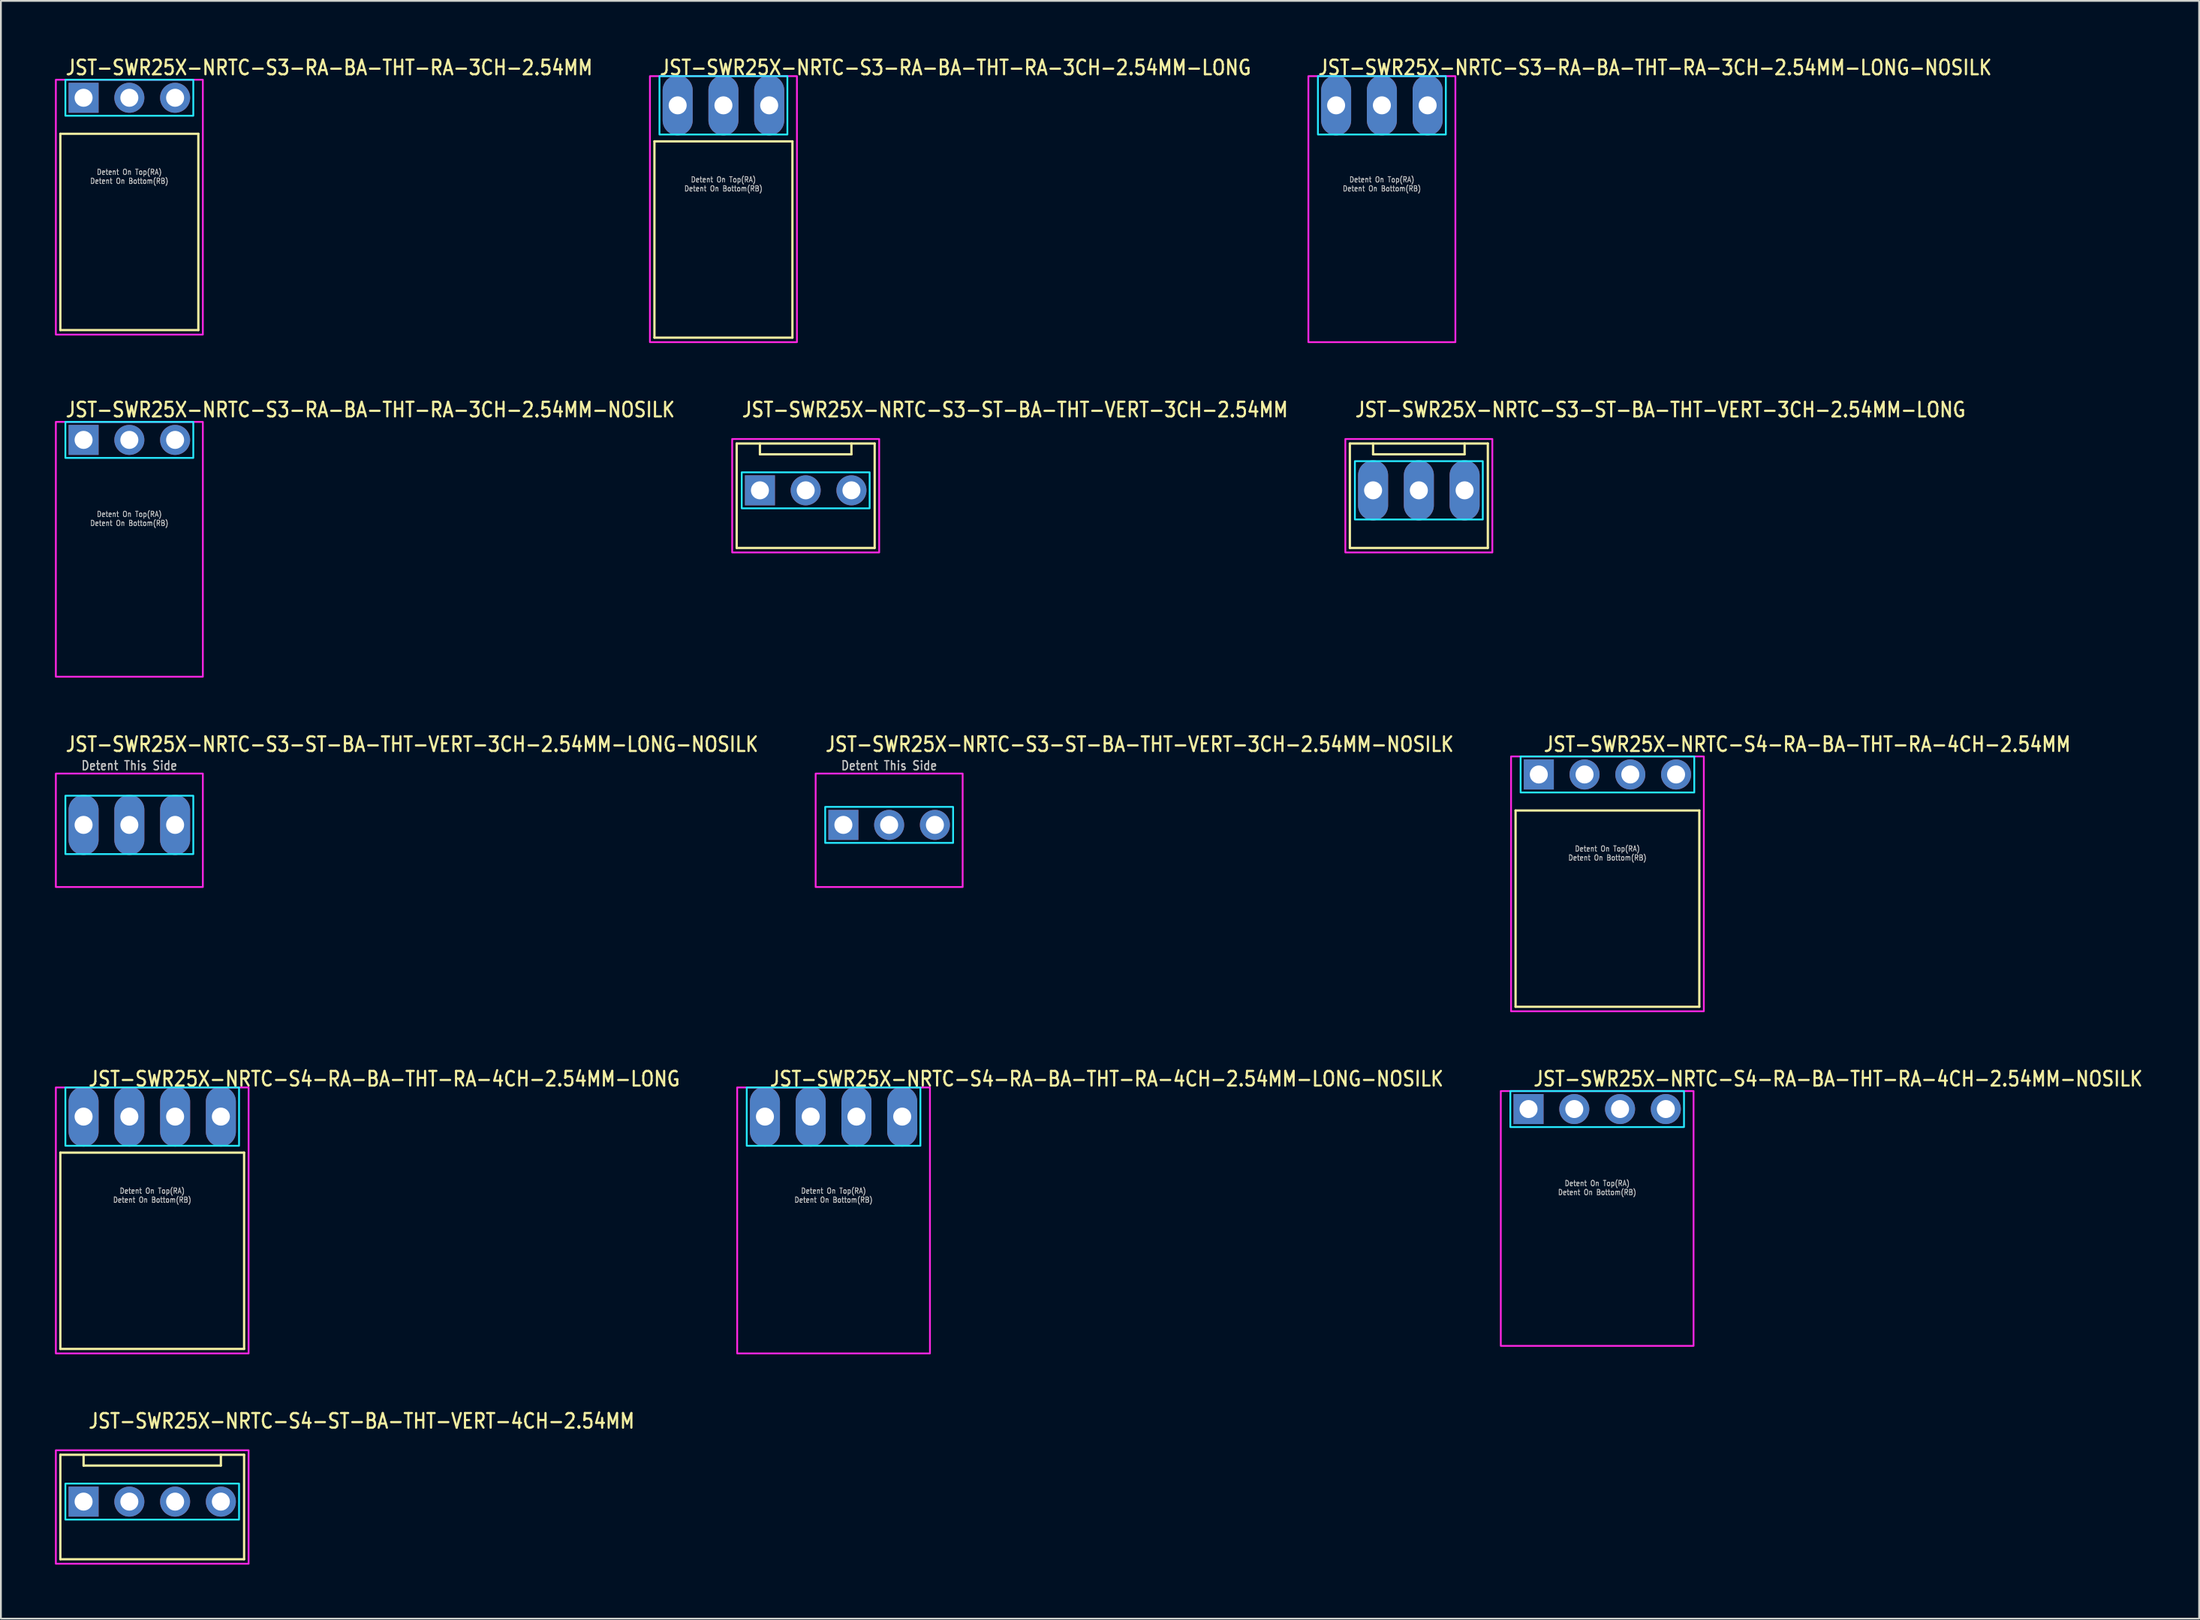
<source format=kicad_pcb>
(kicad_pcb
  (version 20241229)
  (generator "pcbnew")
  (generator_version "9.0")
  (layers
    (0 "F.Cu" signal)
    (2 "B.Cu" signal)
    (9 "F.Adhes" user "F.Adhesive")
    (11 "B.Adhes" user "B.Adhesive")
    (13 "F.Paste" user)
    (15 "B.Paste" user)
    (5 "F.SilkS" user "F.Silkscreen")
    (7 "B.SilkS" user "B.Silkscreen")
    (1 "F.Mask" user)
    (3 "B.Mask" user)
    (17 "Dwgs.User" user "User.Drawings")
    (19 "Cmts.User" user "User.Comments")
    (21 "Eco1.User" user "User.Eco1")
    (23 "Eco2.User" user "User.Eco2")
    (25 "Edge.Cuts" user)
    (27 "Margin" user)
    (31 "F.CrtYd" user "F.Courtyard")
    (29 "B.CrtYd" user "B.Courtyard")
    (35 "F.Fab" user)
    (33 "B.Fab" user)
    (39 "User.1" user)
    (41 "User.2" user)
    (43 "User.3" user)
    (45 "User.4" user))
  (footprint "JST-SWR25X-NRTC-S4-RA-BA-THT-RA-4CH-2.54MM-LONG"
    (layer "F.Cu")
    (at 5.4 58.954)
    (property "Reference" "JST-SWR25X-NRTC-S4-RA-BA-THT-RA-4CH-2.54MM-LONG" (at -3.6 -1.62 0) (unlocked yes) (layer "F.SilkS") (effects (font (size 0.813 0.695) (thickness 0.122)) (justify left bottom)))
    (fp_line (start -5.1 2) (end 5.1 2) (stroke (width 0.127) (type solid)) (layer "F.SilkS"))
    (fp_line (start -5.1 12.9) (end -5.1 2) (stroke (width 0.127) (type solid)) (layer "F.SilkS"))
    (fp_line (start -5.1 12.9) (end 5.1 12.9) (stroke (width 0.127) (type solid)) (layer "F.SilkS"))
    (fp_line (start 5.1 2) (end 5.1 12.9) (stroke (width 0.127) (type solid)) (layer "F.SilkS"))
    (fp_poly (pts (xy -4.82 -1.62) (xy -4.82 1.62) (xy 4.82 1.62) (xy 4.82 -1.62)) (stroke (width 0.1) (type solid)) (fill no) (layer "B.CrtYd"))
    (fp_poly (pts (xy -5.35 -1.62) (xy -5.35 13.15) (xy 5.35 13.15) (xy 5.35 -1.62)) (stroke (width 0.1) (type solid)) (fill no) (layer "F.CrtYd"))
    (fp_text user "Detent On Bottom(RB)" (at 0 4.8 0) (unlocked yes) (layer "Dwgs.User") (effects (font (size 0.3 0.257) (thickness 0.045)) (justify bottom)))
    (fp_text user "Detent On Top(RA)" (at 0 4.3 0) (unlocked yes) (layer "Dwgs.User") (effects (font (size 0.3 0.257) (thickness 0.045)) (justify bottom)))
    (pad "1" thru_hole oval (at -3.81 0 90) (size 3.333 1.667) (drill 1) (layers "*.Cu" "*.Mask"))
    (pad "2" thru_hole oval (at -1.27 0 90) (size 3.333 1.667) (drill 1) (layers "*.Cu" "*.Mask"))
    (pad "3" thru_hole oval (at 1.27 0 90) (size 3.333 1.667) (drill 1) (layers "*.Cu" "*.Mask"))
    (pad "4" thru_hole oval (at 3.81 0 90) (size 3.333 1.667) (drill 1) (layers "*.Cu" "*.Mask")))
  (footprint "JST-SWR25X-NRTC-S4-RA-BA-THT-RA-4CH-2.54MM-LONG-NOSILK"
    (layer "F.Cu")
    (at 43.222 58.954)
    (property "Reference" "JST-SWR25X-NRTC-S4-RA-BA-THT-RA-4CH-2.54MM-LONG-NOSILK" (at -3.6 -1.62 0) (unlocked yes) (layer "F.SilkS") (effects (font (size 0.813 0.695) (thickness 0.122)) (justify left bottom)))
    (fp_poly (pts (xy -4.82 -1.62) (xy -4.82 1.62) (xy 4.82 1.62) (xy 4.82 -1.62)) (stroke (width 0.1) (type solid)) (fill no) (layer "B.CrtYd"))
    (fp_poly (pts (xy -5.35 -1.62) (xy -5.35 13.15) (xy 5.35 13.15) (xy 5.35 -1.62)) (stroke (width 0.1) (type solid)) (fill no) (layer "F.CrtYd"))
    (fp_text user "Detent On Bottom(RB)" (at 0 4.8 0) (unlocked yes) (layer "Dwgs.User") (effects (font (size 0.3 0.257) (thickness 0.045)) (justify bottom)))
    (fp_text user "Detent On Top(RA)" (at 0 4.3 0) (unlocked yes) (layer "Dwgs.User") (effects (font (size 0.3 0.257) (thickness 0.045)) (justify bottom)))
    (pad "1" thru_hole oval (at -3.81 0 90) (size 3.333 1.667) (drill 1) (layers "*.Cu" "*.Mask"))
    (pad "2" thru_hole oval (at -1.27 0 90) (size 3.333 1.667) (drill 1) (layers "*.Cu" "*.Mask"))
    (pad "3" thru_hole oval (at 1.27 0 90) (size 3.333 1.667) (drill 1) (layers "*.Cu" "*.Mask"))
    (pad "4" thru_hole oval (at 3.81 0 90) (size 3.333 1.667) (drill 1) (layers "*.Cu" "*.Mask")))
  (footprint "JST-SWR25X-NRTC-S3-ST-BA-THT-VERT-3CH-2.54MM-LONG"
    (layer "F.Cu")
    (at 75.711 24.177)
    (property "Reference" "JST-SWR25X-NRTC-S3-ST-BA-THT-VERT-3CH-2.54MM-LONG" (at -3.6 -4 0) (unlocked yes) (layer "F.SilkS") (effects (font (size 0.813 0.695) (thickness 0.122)) (justify left bottom)))
    (fp_line (start -3.83 -2.6) (end 3.83 -2.6) (stroke (width 0.127) (type solid)) (layer "F.SilkS"))
    (fp_line (start -3.83 3.2) (end -3.83 -2.6) (stroke (width 0.127) (type solid)) (layer "F.SilkS"))
    (fp_line (start -3.83 3.2) (end 3.83 3.2) (stroke (width 0.127) (type solid)) (layer "F.SilkS"))
    (fp_line (start -2.54 -2.6) (end -2.54 -2) (stroke (width 0.127) (type solid)) (layer "F.SilkS"))
    (fp_line (start -2.54 -2) (end 2.54 -2) (stroke (width 0.127) (type solid)) (layer "F.SilkS"))
    (fp_line (start 2.54 -2.6) (end 2.54 -2) (stroke (width 0.127) (type solid)) (layer "F.SilkS"))
    (fp_line (start 3.83 -2.6) (end 3.83 3.2) (stroke (width 0.127) (type solid)) (layer "F.SilkS"))
    (fp_poly (pts (xy -3.55 -1.62) (xy -3.55 1.62) (xy 3.55 1.62) (xy 3.55 -1.62)) (stroke (width 0.1) (type solid)) (fill no) (layer "B.CrtYd"))
    (fp_poly (pts (xy -4.08 -2.85) (xy -4.08 3.45) (xy 4.08 3.45) (xy 4.08 -2.85)) (stroke (width 0.1) (type solid)) (fill no) (layer "F.CrtYd"))
    (pad "1" thru_hole oval (at -2.54 0 90) (size 3.333 1.667) (drill 1) (layers "*.Cu" "*.Mask"))
    (pad "2" thru_hole oval (at 0 0 90) (size 3.333 1.667) (drill 1) (layers "*.Cu" "*.Mask"))
    (pad "3" thru_hole oval (at 2.54 0 90) (size 3.333 1.667) (drill 1) (layers "*.Cu" "*.Mask")))
  (footprint "JST-SWR25X-NRTC-S4-ST-BA-THT-VERT-4CH-2.54MM"
    (layer "F.Cu")
    (at 5.4 80.333)
    (property "Reference" "JST-SWR25X-NRTC-S4-ST-BA-THT-VERT-4CH-2.54MM" (at -3.6 -4 0) (unlocked yes) (layer "F.SilkS") (effects (font (size 0.813 0.695) (thickness 0.122)) (justify left bottom)))
    (fp_line (start -5.1 -2.6) (end 5.1 -2.6) (stroke (width 0.127) (type solid)) (layer "F.SilkS"))
    (fp_line (start -5.1 3.2) (end -5.1 -2.6) (stroke (width 0.127) (type solid)) (layer "F.SilkS"))
    (fp_line (start -5.1 3.2) (end 5.1 3.2) (stroke (width 0.127) (type solid)) (layer "F.SilkS"))
    (fp_line (start -3.81 -2.6) (end -3.81 -2) (stroke (width 0.127) (type solid)) (layer "F.SilkS"))
    (fp_line (start -3.81 -2) (end 3.81 -2) (stroke (width 0.127) (type solid)) (layer "F.SilkS"))
    (fp_line (start 3.81 -2.6) (end 3.81 -2) (stroke (width 0.127) (type solid)) (layer "F.SilkS"))
    (fp_line (start 5.1 -2.6) (end 5.1 3.2) (stroke (width 0.127) (type solid)) (layer "F.SilkS"))
    (fp_poly (pts (xy -4.82 -1) (xy -4.82 1) (xy 4.82 1) (xy 4.82 -1)) (stroke (width 0.1) (type solid)) (fill no) (layer "B.CrtYd"))
    (fp_poly (pts (xy -5.35 -2.85) (xy -5.35 3.45) (xy 5.35 3.45) (xy 5.35 -2.85)) (stroke (width 0.1) (type solid)) (fill no) (layer "F.CrtYd"))
    (pad "1" thru_hole rect (at -3.81 0) (size 1.667 1.667) (drill 1) (layers "*.Cu" "*.Mask"))
    (pad "2" thru_hole oval (at -1.27 0) (size 1.667 1.667) (drill 1) (layers "*.Cu" "*.Mask"))
    (pad "3" thru_hole oval (at 1.27 0) (size 1.667 1.667) (drill 1) (layers "*.Cu" "*.Mask"))
    (pad "4" thru_hole oval (at 3.81 0) (size 1.667 1.667) (drill 1) (layers "*.Cu" "*.Mask")))
  (footprint "JST-SWR25X-NRTC-S3-RA-BA-THT-RA-3CH-2.54MM-LONG-NOSILK"
    (layer "F.Cu")
    (at 73.659 2.799)
    (property "Reference" "JST-SWR25X-NRTC-S3-RA-BA-THT-RA-3CH-2.54MM-LONG-NOSILK" (at -3.6 -1.62 0) (unlocked yes) (layer "F.SilkS") (effects (font (size 0.813 0.695) (thickness 0.122)) (justify left bottom)))
    (fp_poly (pts (xy -3.55 -1.62) (xy -3.55 1.62) (xy 3.55 1.62) (xy 3.55 -1.62)) (stroke (width 0.1) (type solid)) (fill no) (layer "B.CrtYd"))
    (fp_poly (pts (xy -4.08 -1.62) (xy -4.08 13.15) (xy 4.08 13.15) (xy 4.08 -1.62)) (stroke (width 0.1) (type solid)) (fill no) (layer "F.CrtYd"))
    (fp_text user "Detent On Top(RA)" (at 0 4.3 0) (unlocked yes) (layer "Dwgs.User") (effects (font (size 0.3 0.257) (thickness 0.045)) (justify bottom)))
    (fp_text user "Detent On Bottom(RB)" (at 0 4.8 0) (unlocked yes) (layer "Dwgs.User") (effects (font (size 0.3 0.257) (thickness 0.045)) (justify bottom)))
    (pad "1" thru_hole oval (at -2.54 0 90) (size 3.333 1.667) (drill 1) (layers "*.Cu" "*.Mask"))
    (pad "2" thru_hole oval (at 0 0 90) (size 3.333 1.667) (drill 1) (layers "*.Cu" "*.Mask"))
    (pad "3" thru_hole oval (at 2.54 0 90) (size 3.333 1.667) (drill 1) (layers "*.Cu" "*.Mask")))
  (footprint "JST-SWR25X-NRTC-S3-ST-BA-THT-VERT-3CH-2.54MM"
    (layer "F.Cu")
    (at 41.674 24.177)
    (property "Reference" "JST-SWR25X-NRTC-S3-ST-BA-THT-VERT-3CH-2.54MM" (at -3.6 -4 0) (unlocked yes) (layer "F.SilkS") (effects (font (size 0.813 0.695) (thickness 0.122)) (justify left bottom)))
    (fp_line (start -3.83 -2.6) (end 3.83 -2.6) (stroke (width 0.127) (type solid)) (layer "F.SilkS"))
    (fp_line (start -3.83 3.2) (end -3.83 -2.6) (stroke (width 0.127) (type solid)) (layer "F.SilkS"))
    (fp_line (start -3.83 3.2) (end 3.83 3.2) (stroke (width 0.127) (type solid)) (layer "F.SilkS"))
    (fp_line (start -2.54 -2.6) (end -2.54 -2) (stroke (width 0.127) (type solid)) (layer "F.SilkS"))
    (fp_line (start -2.54 -2) (end 2.54 -2) (stroke (width 0.127) (type solid)) (layer "F.SilkS"))
    (fp_line (start 2.54 -2.6) (end 2.54 -2) (stroke (width 0.127) (type solid)) (layer "F.SilkS"))
    (fp_line (start 3.83 -2.6) (end 3.83 3.2) (stroke (width 0.127) (type solid)) (layer "F.SilkS"))
    (fp_poly (pts (xy -3.55 -1) (xy -3.55 1) (xy 3.55 1) (xy 3.55 -1)) (stroke (width 0.1) (type solid)) (fill no) (layer "B.CrtYd"))
    (fp_poly (pts (xy -4.08 -2.85) (xy -4.08 3.45) (xy 4.08 3.45) (xy 4.08 -2.85)) (stroke (width 0.1) (type solid)) (fill no) (layer "F.CrtYd"))
    (pad "1" thru_hole rect (at -2.54 0) (size 1.667 1.667) (drill 1) (layers "*.Cu" "*.Mask"))
    (pad "2" thru_hole oval (at 0 0) (size 1.667 1.667) (drill 1) (layers "*.Cu" "*.Mask"))
    (pad "3" thru_hole oval (at 2.54 0) (size 1.667 1.667) (drill 1) (layers "*.Cu" "*.Mask")))
  (footprint "JST-SWR25X-NRTC-S4-RA-BA-THT-RA-4CH-2.54MM"
    (layer "F.Cu")
    (at 86.18 39.956)
    (property "Reference" "JST-SWR25X-NRTC-S4-RA-BA-THT-RA-4CH-2.54MM" (at -3.6 -1.2 0) (unlocked yes) (layer "F.SilkS") (effects (font (size 0.813 0.695) (thickness 0.122)) (justify left bottom)))
    (fp_line (start -5.1 2) (end 5.1 2) (stroke (width 0.127) (type solid)) (layer "F.SilkS"))
    (fp_line (start -5.1 12.9) (end -5.1 2) (stroke (width 0.127) (type solid)) (layer "F.SilkS"))
    (fp_line (start -5.1 12.9) (end 5.1 12.9) (stroke (width 0.127) (type solid)) (layer "F.SilkS"))
    (fp_line (start 5.1 2) (end 5.1 12.9) (stroke (width 0.127) (type solid)) (layer "F.SilkS"))
    (fp_poly (pts (xy -4.82 -1) (xy -4.82 1) (xy 4.82 1) (xy 4.82 -1)) (stroke (width 0.1) (type solid)) (fill no) (layer "B.CrtYd"))
    (fp_poly (pts (xy -5.35 -1) (xy -5.35 13.15) (xy 5.35 13.15) (xy 5.35 -1)) (stroke (width 0.1) (type solid)) (fill no) (layer "F.CrtYd"))
    (fp_text user "Detent On Top(RA)" (at 0 4.3 0) (unlocked yes) (layer "Dwgs.User") (effects (font (size 0.3 0.257) (thickness 0.045)) (justify bottom)))
    (fp_text user "Detent On Bottom(RB)" (at 0 4.8 0) (unlocked yes) (layer "Dwgs.User") (effects (font (size 0.3 0.257) (thickness 0.045)) (justify bottom)))
    (pad "1" thru_hole rect (at -3.81 0) (size 1.667 1.667) (drill 1) (layers "*.Cu" "*.Mask"))
    (pad "2" thru_hole oval (at -1.27 0) (size 1.667 1.667) (drill 1) (layers "*.Cu" "*.Mask"))
    (pad "3" thru_hole oval (at 1.27 0) (size 1.667 1.667) (drill 1) (layers "*.Cu" "*.Mask"))
    (pad "4" thru_hole oval (at 3.81 0) (size 1.667 1.667) (drill 1) (layers "*.Cu" "*.Mask")))
  (footprint "JST-SWR25X-NRTC-S3-ST-BA-THT-VERT-3CH-2.54MM-NOSILK"
    (layer "F.Cu")
    (at 46.307 42.756)
    (property "Reference" "JST-SWR25X-NRTC-S3-ST-BA-THT-VERT-3CH-2.54MM-NOSILK" (at -3.6 -4 0) (unlocked yes) (layer "F.SilkS") (effects (font (size 0.813 0.695) (thickness 0.122)) (justify left bottom)))
    (fp_poly (pts (xy -3.55 -1) (xy -3.55 1) (xy 3.55 1) (xy 3.55 -1)) (stroke (width 0.1) (type solid)) (fill no) (layer "B.CrtYd"))
    (fp_poly (pts (xy -4.08 -2.85) (xy -4.08 3.45) (xy 4.08 3.45) (xy 4.08 -2.85)) (stroke (width 0.1) (type solid)) (fill no) (layer "F.CrtYd"))
    (fp_text user "Detent This Side" (at 0 -3 0) (unlocked yes) (layer "Dwgs.User") (effects (font (size 0.5 0.427) (thickness 0.075)) (justify bottom)))
    (pad "1" thru_hole rect (at -2.54 0) (size 1.667 1.667) (drill 1) (layers "*.Cu" "*.Mask"))
    (pad "2" thru_hole oval (at 0 0) (size 1.667 1.667) (drill 1) (layers "*.Cu" "*.Mask"))
    (pad "3" thru_hole oval (at 2.54 0) (size 1.667 1.667) (drill 1) (layers "*.Cu" "*.Mask")))
  (footprint "JST-SWR25X-NRTC-S3-ST-BA-THT-VERT-3CH-2.54MM-LONG-NOSILK"
    (layer "F.Cu")
    (at 4.13 42.756)
    (property "Reference" "JST-SWR25X-NRTC-S3-ST-BA-THT-VERT-3CH-2.54MM-LONG-NOSILK" (at -3.6 -4 0) (unlocked yes) (layer "F.SilkS") (effects (font (size 0.813 0.695) (thickness 0.122)) (justify left bottom)))
    (fp_poly (pts (xy -3.55 -1.62) (xy -3.55 1.62) (xy 3.55 1.62) (xy 3.55 -1.62)) (stroke (width 0.1) (type solid)) (fill no) (layer "B.CrtYd"))
    (fp_poly (pts (xy -4.08 -2.85) (xy -4.08 3.45) (xy 4.08 3.45) (xy 4.08 -2.85)) (stroke (width 0.1) (type solid)) (fill no) (layer "F.CrtYd"))
    (fp_text user "Detent This Side" (at 0 -3 0) (unlocked yes) (layer "Dwgs.User") (effects (font (size 0.5 0.427) (thickness 0.075)) (justify bottom)))
    (pad "1" thru_hole oval (at -2.54 0 90) (size 3.333 1.667) (drill 1) (layers "*.Cu" "*.Mask"))
    (pad "2" thru_hole oval (at 0 0 90) (size 3.333 1.667) (drill 1) (layers "*.Cu" "*.Mask"))
    (pad "3" thru_hole oval (at 2.54 0 90) (size 3.333 1.667) (drill 1) (layers "*.Cu" "*.Mask")))
  (footprint "JST-SWR25X-NRTC-S3-RA-BA-THT-RA-3CH-2.54MM-LONG"
    (layer "F.Cu")
    (at 37.108 2.799)
    (property "Reference" "JST-SWR25X-NRTC-S3-RA-BA-THT-RA-3CH-2.54MM-LONG" (at -3.6 -1.62 0) (unlocked yes) (layer "F.SilkS") (effects (font (size 0.813 0.695) (thickness 0.122)) (justify left bottom)))
    (fp_line (start -3.83 2) (end 3.83 2) (stroke (width 0.127) (type solid)) (layer "F.SilkS"))
    (fp_line (start -3.83 12.9) (end -3.83 2) (stroke (width 0.127) (type solid)) (layer "F.SilkS"))
    (fp_line (start -3.83 12.9) (end 3.83 12.9) (stroke (width 0.127) (type solid)) (layer "F.SilkS"))
    (fp_line (start 3.83 2) (end 3.83 12.9) (stroke (width 0.127) (type solid)) (layer "F.SilkS"))
    (fp_poly (pts (xy -3.55 -1.62) (xy -3.55 1.62) (xy 3.55 1.62) (xy 3.55 -1.62)) (stroke (width 0.1) (type solid)) (fill no) (layer "B.CrtYd"))
    (fp_poly (pts (xy -4.08 -1.62) (xy -4.08 13.15) (xy 4.08 13.15) (xy 4.08 -1.62)) (stroke (width 0.1) (type solid)) (fill no) (layer "F.CrtYd"))
    (fp_text user "Detent On Bottom(RB)" (at 0 4.8 0) (unlocked yes) (layer "Dwgs.User") (effects (font (size 0.3 0.257) (thickness 0.045)) (justify bottom)))
    (fp_text user "Detent On Top(RA)" (at 0 4.3 0) (unlocked yes) (layer "Dwgs.User") (effects (font (size 0.3 0.257) (thickness 0.045)) (justify bottom)))
    (pad "1" thru_hole oval (at -2.54 0 90) (size 3.333 1.667) (drill 1) (layers "*.Cu" "*.Mask"))
    (pad "2" thru_hole oval (at 0 0 90) (size 3.333 1.667) (drill 1) (layers "*.Cu" "*.Mask"))
    (pad "3" thru_hole oval (at 2.54 0 90) (size 3.333 1.667) (drill 1) (layers "*.Cu" "*.Mask")))
  (footprint "JST-SWR25X-NRTC-S3-RA-BA-THT-RA-3CH-2.54MM"
    (layer "F.Cu")
    (at 4.13 2.379)
    (property "Reference" "JST-SWR25X-NRTC-S3-RA-BA-THT-RA-3CH-2.54MM" (at -3.6 -1.2 0) (unlocked yes) (layer "F.SilkS") (effects (font (size 0.813 0.695) (thickness 0.122)) (justify left bottom)))
    (fp_line (start -3.83 2) (end 3.83 2) (stroke (width 0.127) (type solid)) (layer "F.SilkS"))
    (fp_line (start -3.83 12.9) (end -3.83 2) (stroke (width 0.127) (type solid)) (layer "F.SilkS"))
    (fp_line (start -3.83 12.9) (end 3.83 12.9) (stroke (width 0.127) (type solid)) (layer "F.SilkS"))
    (fp_line (start 3.83 2) (end 3.83 12.9) (stroke (width 0.127) (type solid)) (layer "F.SilkS"))
    (fp_poly (pts (xy -3.55 -1) (xy -3.55 1) (xy 3.55 1) (xy 3.55 -1)) (stroke (width 0.1) (type solid)) (fill no) (layer "B.CrtYd"))
    (fp_poly (pts (xy -4.08 -1) (xy -4.08 13.15) (xy 4.08 13.15) (xy 4.08 -1)) (stroke (width 0.1) (type solid)) (fill no) (layer "F.CrtYd"))
    (fp_text user "Detent On Top(RA)" (at 0 4.3 0) (unlocked yes) (layer "Dwgs.User") (effects (font (size 0.3 0.257) (thickness 0.045)) (justify bottom)))
    (fp_text user "Detent On Bottom(RB)" (at 0 4.8 0) (unlocked yes) (layer "Dwgs.User") (effects (font (size 0.3 0.257) (thickness 0.045)) (justify bottom)))
    (pad "1" thru_hole rect (at -2.54 0) (size 1.667 1.667) (drill 1) (layers "*.Cu" "*.Mask"))
    (pad "2" thru_hole oval (at 0 0) (size 1.667 1.667) (drill 1) (layers "*.Cu" "*.Mask"))
    (pad "3" thru_hole oval (at 2.54 0) (size 1.667 1.667) (drill 1) (layers "*.Cu" "*.Mask")))
  (footprint "JST-SWR25X-NRTC-S4-RA-BA-THT-RA-4CH-2.54MM-NOSILK"
    (layer "F.Cu")
    (at 85.61 58.534)
    (property "Reference" "JST-SWR25X-NRTC-S4-RA-BA-THT-RA-4CH-2.54MM-NOSILK" (at -3.6 -1.2 0) (unlocked yes) (layer "F.SilkS") (effects (font (size 0.813 0.695) (thickness 0.122)) (justify left bottom)))
    (fp_poly (pts (xy -4.82 -1) (xy -4.82 1) (xy 4.82 1) (xy 4.82 -1)) (stroke (width 0.1) (type solid)) (fill no) (layer "B.CrtYd"))
    (fp_poly (pts (xy -5.35 -1) (xy -5.35 13.15) (xy 5.35 13.15) (xy 5.35 -1)) (stroke (width 0.1) (type solid)) (fill no) (layer "F.CrtYd"))
    (fp_text user "Detent On Top(RA)" (at 0 4.3 0) (unlocked yes) (layer "Dwgs.User") (effects (font (size 0.3 0.257) (thickness 0.045)) (justify bottom)))
    (fp_text user "Detent On Bottom(RB)" (at 0 4.8 0) (unlocked yes) (layer "Dwgs.User") (effects (font (size 0.3 0.257) (thickness 0.045)) (justify bottom)))
    (pad "1" thru_hole rect (at -3.81 0) (size 1.667 1.667) (drill 1) (layers "*.Cu" "*.Mask"))
    (pad "2" thru_hole oval (at -1.27 0) (size 1.667 1.667) (drill 1) (layers "*.Cu" "*.Mask"))
    (pad "3" thru_hole oval (at 1.27 0) (size 1.667 1.667) (drill 1) (layers "*.Cu" "*.Mask"))
    (pad "4" thru_hole oval (at 3.81 0) (size 1.667 1.667) (drill 1) (layers "*.Cu" "*.Mask")))
  (footprint "JST-SWR25X-NRTC-S3-RA-BA-THT-RA-3CH-2.54MM-NOSILK"
    (layer "F.Cu")
    (at 4.13 21.377)
    (property "Reference" "JST-SWR25X-NRTC-S3-RA-BA-THT-RA-3CH-2.54MM-NOSILK" (at -3.6 -1.2 0) (unlocked yes) (layer "F.SilkS") (effects (font (size 0.813 0.695) (thickness 0.122)) (justify left bottom)))
    (fp_poly (pts (xy -3.55 -1) (xy -3.55 1) (xy 3.55 1) (xy 3.55 -1)) (stroke (width 0.1) (type solid)) (fill no) (layer "B.CrtYd"))
    (fp_poly (pts (xy -4.08 -1) (xy -4.08 13.15) (xy 4.08 13.15) (xy 4.08 -1)) (stroke (width 0.1) (type solid)) (fill no) (layer "F.CrtYd"))
    (fp_text user "Detent On Top(RA)" (at 0 4.3 0) (unlocked yes) (layer "Dwgs.User") (effects (font (size 0.3 0.257) (thickness 0.045)) (justify bottom)))
    (fp_text user "Detent On Bottom(RB)" (at 0 4.8 0) (unlocked yes) (layer "Dwgs.User") (effects (font (size 0.3 0.257) (thickness 0.045)) (justify bottom)))
    (pad "1" thru_hole rect (at -2.54 0) (size 1.667 1.667) (drill 1) (layers "*.Cu" "*.Mask"))
    (pad "2" thru_hole oval (at 0 0) (size 1.667 1.667) (drill 1) (layers "*.Cu" "*.Mask"))
    (pad "3" thru_hole oval (at 2.54 0) (size 1.667 1.667) (drill 1) (layers "*.Cu" "*.Mask")))
  (gr_rect
    (start -3 -3)
    (end 119.024 86.833)
    (stroke (width 0.1) (type default))
    (fill no)
    (layer "Edge.Cuts")))
</source>
